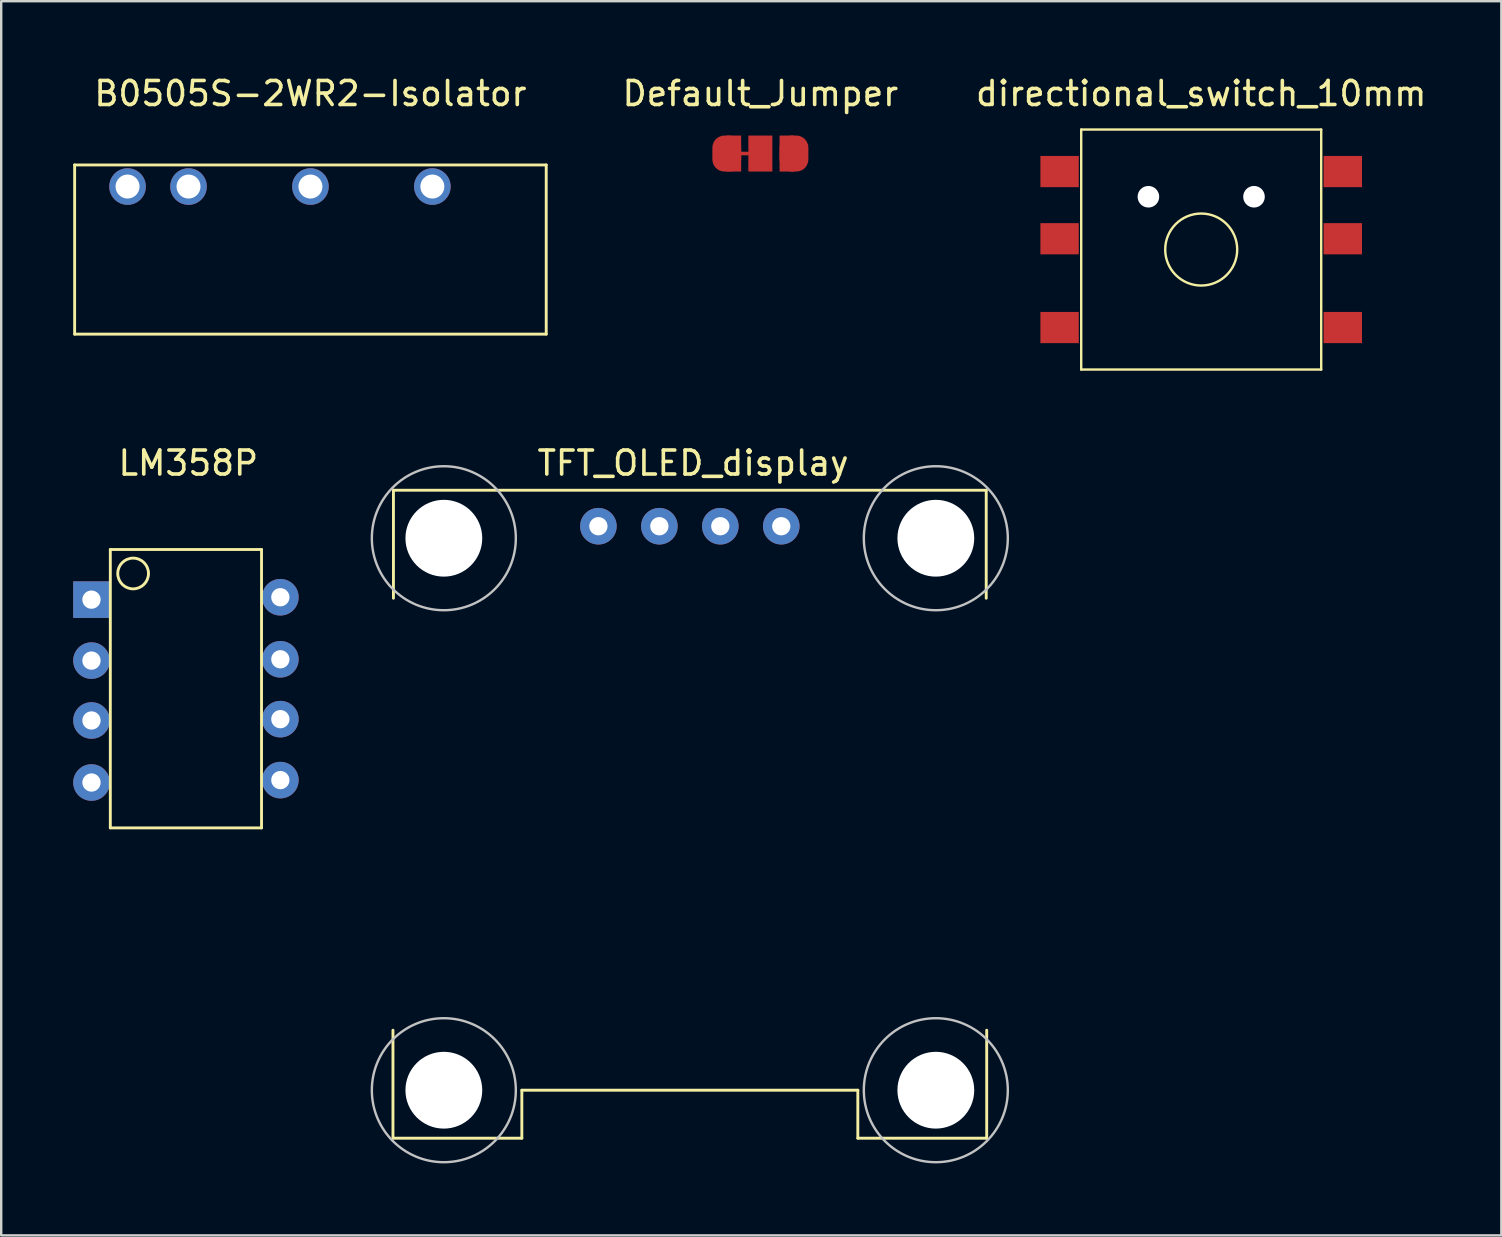
<source format=kicad_pcb>
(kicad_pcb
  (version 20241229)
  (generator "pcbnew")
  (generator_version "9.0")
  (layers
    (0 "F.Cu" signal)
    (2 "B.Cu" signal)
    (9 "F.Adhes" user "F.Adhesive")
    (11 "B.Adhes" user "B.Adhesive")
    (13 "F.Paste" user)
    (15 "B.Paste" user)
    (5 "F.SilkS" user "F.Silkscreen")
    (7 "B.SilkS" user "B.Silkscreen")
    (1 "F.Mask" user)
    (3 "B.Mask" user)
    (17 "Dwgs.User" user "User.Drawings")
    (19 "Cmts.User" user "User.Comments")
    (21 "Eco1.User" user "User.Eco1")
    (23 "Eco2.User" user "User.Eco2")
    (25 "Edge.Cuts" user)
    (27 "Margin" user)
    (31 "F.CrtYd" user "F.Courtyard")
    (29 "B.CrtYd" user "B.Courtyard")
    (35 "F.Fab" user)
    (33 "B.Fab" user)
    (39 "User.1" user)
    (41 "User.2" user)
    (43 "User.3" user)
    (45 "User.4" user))
  (footprint "directional_switch_10mm"
    (layer "F.Cu")
    (at 47.002 7.348)
    (property "Reference" "directional_switch_10mm" (at 0 -6.5 0) (layer "F.SilkS") (effects (font (size 1 1) (thickness 0.15))))
    (attr through_hole)
    (fp_line (start -5 -5) (end 5 -5) (stroke (width 0.1) (type solid)) (layer "F.SilkS"))
    (fp_line (start -5 5) (end -5 -5) (stroke (width 0.1) (type solid)) (layer "F.SilkS"))
    (fp_line (start 5 -5) (end 5 5) (stroke (width 0.1) (type solid)) (layer "F.SilkS"))
    (fp_line (start 5 5) (end -5 5) (stroke (width 0.1) (type solid)) (layer "F.SilkS"))
    (fp_circle (center 0 0) (end 1.5 0) (stroke (width 0.1) (type solid)) (fill no) (layer "F.SilkS"))
    (pad "" np_thru_hole circle (at -2.2 -2.2) (size 0.9 0.9) (drill 0.9) (layers "*.Cu" "*.Mask"))
    (pad "" np_thru_hole circle (at 2.2 -2.2) (size 0.9 0.9) (drill 0.9) (layers "*.Cu" "*.Mask"))
    (pad "1" smd rect (at -5.9 -3.25) (size 1.6 1.3) (layers "F.Cu" "F.Mask" "F.Paste"))
    (pad "2" smd rect (at -5.9 -0.45) (size 1.6 1.3) (layers "F.Cu" "F.Mask" "F.Paste"))
    (pad "3" smd rect (at -5.9 3.25) (size 1.6 1.3) (layers "F.Cu" "F.Mask" "F.Paste"))
    (pad "4" smd rect (at 5.9 3.25) (size 1.6 1.3) (layers "F.Cu" "F.Mask" "F.Paste"))
    (pad "5" smd rect (at 5.9 -0.45) (size 1.6 1.3) (layers "F.Cu" "F.Mask" "F.Paste"))
    (pad "6" smd rect (at 5.9 -3.25) (size 1.6 1.3) (layers "F.Cu" "F.Mask" "F.Paste")))
  (footprint "B0505S-2WR2-Isolator"
    (layer "F.Cu")
    (at 9.885 7.348)
    (property "Reference" "B0505S-2WR2-Isolator" (at 0 -6.5 0) (layer "F.SilkS") (effects (font (size 1 1) (thickness 0.15))))
    (attr through_hole)
    (fp_line (start -9.825 -3.525) (end -9.825 3.525) (stroke (width 0.12) (type solid)) (layer "F.SilkS"))
    (fp_line (start -9.825 3.525) (end 9.825 3.525) (stroke (width 0.12) (type solid)) (layer "F.SilkS"))
    (fp_line (start 9.825 -3.525) (end -9.825 -3.525) (stroke (width 0.12) (type solid)) (layer "F.SilkS"))
    (fp_line (start 9.825 -3.525) (end 9.825 3.525) (stroke (width 0.12) (type solid)) (layer "F.SilkS"))
    (pad "1" thru_hole circle (at -7.62 -2.625) (size 1.524 1.524) (drill 1) (layers "*.Cu" "*.Mask"))
    (pad "2" thru_hole circle (at -5.08 -2.625) (size 1.524 1.524) (drill 1) (layers "*.Cu" "*.Mask"))
    (pad "4" thru_hole circle (at 0 -2.625) (size 1.524 1.524) (drill 1) (layers "*.Cu" "*.Mask"))
    (pad "6" thru_hole circle (at 5.08 -2.625) (size 1.524 1.524) (drill 1) (layers "*.Cu" "*.Mask")))
  (footprint "LM358P"
    (layer "F.Cu")
    (at 4.697 25.646)
    (property "Reference" "LM358P" (at 0.1 -9.4 0) (layer "F.SilkS") (effects (font (size 1 1) (thickness 0.15))))
    (attr through_hole)
    (fp_line (start -3.15 -5.8) (end 3.15 -5.8) (stroke (width 0.12) (type solid)) (layer "F.SilkS"))
    (fp_line (start -3.15 5.8) (end -3.15 -5.8) (stroke (width 0.12) (type solid)) (layer "F.SilkS"))
    (fp_line (start 3.15 -5.8) (end 3.15 5.8) (stroke (width 0.12) (type solid)) (layer "F.SilkS"))
    (fp_line (start 3.15 5.8) (end -3.15 5.8) (stroke (width 0.12) (type solid)) (layer "F.SilkS"))
    (fp_circle (center -2.2 -4.8) (end -2.6 -5.3) (stroke (width 0.12) (type solid)) (fill no) (layer "F.SilkS"))
    (pad "1" thru_hole rect (at -3.935 -3.71 180) (size 1.524 1.524) (drill 0.762) (layers "*.Cu" "*.Mask"))
    (pad "2" thru_hole circle (at -3.935 -1.17 180) (size 1.524 1.524) (drill 0.762) (layers "*.Cu" "*.Mask"))
    (pad "3" thru_hole circle (at -3.935 1.325 180) (size 1.524 1.524) (drill 0.762) (layers "*.Cu" "*.Mask"))
    (pad "4" thru_hole circle (at -3.935 3.91 180) (size 1.524 1.524) (drill 0.762) (layers "*.Cu" "*.Mask"))
    (pad "5" thru_hole circle (at 3.935 3.81) (size 1.524 1.524) (drill 0.762) (layers "*.Cu" "*.Mask"))
    (pad "6" thru_hole circle (at 3.935 1.27) (size 1.524 1.524) (drill 0.762) (layers "*.Cu" "*.Mask"))
    (pad "7" thru_hole circle (at 3.935 -1.225) (size 1.524 1.524) (drill 0.762) (layers "*.Cu" "*.Mask"))
    (pad "8" thru_hole circle (at 3.935 -3.81) (size 1.524 1.524) (drill 0.762) (layers "*.Cu" "*.Mask")))
  (footprint "TFT_OLED_display"
    (layer "F.Cu")
    (at 25.694 30.877)
    (property "Reference" "TFT_OLED_display" (at 0.135 -14.63 0) (layer "F.SilkS") (effects (font (size 1 1) (thickness 0.15))))
    (attr through_hole)
    (fp_line (start -12.37 13.5) (end -12.37 9) (stroke (width 0.12) (type solid)) (layer "F.SilkS"))
    (fp_line (start -12.35 -13.5) (end -12.35 -9) (stroke (width 0.12) (type solid)) (layer "F.SilkS"))
    (fp_line (start -7 11.5) (end 7 11.5) (stroke (width 0.12) (type solid)) (layer "F.SilkS"))
    (fp_line (start -7 13.5) (end -12.35 13.5) (stroke (width 0.12) (type solid)) (layer "F.SilkS"))
    (fp_line (start -7 13.5) (end -7 11.5) (stroke (width 0.12) (type solid)) (layer "F.SilkS"))
    (fp_line (start 7 11.5) (end 7 13.5) (stroke (width 0.12) (type solid)) (layer "F.SilkS"))
    (fp_line (start 7 13.5) (end 12.37 13.5) (stroke (width 0.12) (type solid)) (layer "F.SilkS"))
    (fp_line (start 12.35 -13.5) (end -12.35 -13.5) (stroke (width 0.12) (type solid)) (layer "F.SilkS"))
    (fp_line (start 12.35 -13.5) (end 12.35 -9) (stroke (width 0.12) (type solid)) (layer "F.SilkS"))
    (fp_line (start 12.37 13.5) (end 12.37 9) (stroke (width 0.12) (type solid)) (layer "F.SilkS"))
    (fp_circle (center -10.25 -11.5) (end -7.25 -11.5) (stroke (width 0.1) (type solid)) (fill no) (layer "Dwgs.User"))
    (fp_circle (center -10.25 11.5) (end -7.25 11.5) (stroke (width 0.1) (type solid)) (fill no) (layer "Dwgs.User"))
    (fp_circle (center 10.25 -11.5) (end 13.25 -11.5) (stroke (width 0.1) (type solid)) (fill no) (layer "Dwgs.User"))
    (fp_circle (center 10.25 11.5) (end 13.25 11.5) (stroke (width 0.1) (type solid)) (fill no) (layer "Dwgs.User"))
    (pad "" np_thru_hole circle (at -10.25 -11.5) (size 3.2 3.2) (drill 3.2) (layers "*.Cu" "*.Mask"))
    (pad "" np_thru_hole circle (at -10.25 11.5 180) (size 3.2 3.2) (drill 3.2) (layers "*.Cu" "*.Mask"))
    (pad "" np_thru_hole circle (at 10.25 -11.5) (size 3.2 3.2) (drill 3.2) (layers "*.Cu" "*.Mask"))
    (pad "" np_thru_hole circle (at 10.25 11.5 180) (size 3.2 3.2) (drill 3.2) (layers "*.Cu" "*.Mask"))
    (pad "1" thru_hole circle (at -3.81 -12) (size 1.524 1.524) (drill 0.762) (layers "*.Cu" "*.Mask"))
    (pad "2" thru_hole circle (at -1.27 -12) (size 1.524 1.524) (drill 0.762) (layers "*.Cu" "*.Mask"))
    (pad "3" thru_hole circle (at 1.27 -12) (size 1.524 1.524) (drill 0.762) (layers "*.Cu" "*.Mask"))
    (pad "4" thru_hole circle (at 3.81 -12) (size 1.524 1.524) (drill 0.762) (layers "*.Cu" "*.Mask")))
  (footprint "Default_Jumper"
    (layer "F.Cu")
    (at 28.633 3.348)
    (property "Reference" "Default_Jumper" (at 0 -2.5 0) (layer "F.SilkS") (effects (font (size 1 1) (thickness 0.15))))
    (attr through_hole)
    (fp_line (start -0.9 0) (end -0.4 0) (stroke (width 0.15) (type solid)) (layer "F.Cu"))
    (pad "1" smd roundrect (at -1.4 0) (size 1.2 1.5) (layers "F.Cu" "F.Mask") (roundrect_rratio 0.417))
    (pad "1" smd rect (at -1.1 0) (size 0.6 1.5) (layers "F.Cu" "F.Mask"))
    (pad "2" smd rect (at 0 0) (size 1 1.5) (layers "F.Cu" "F.Mask"))
    (pad "3" smd rect (at 1.1 0 180) (size 0.6 1.5) (layers "F.Cu" "F.Mask"))
    (pad "3" smd roundrect (at 1.4 0 180) (size 1.2 1.5) (layers "F.Cu" "F.Mask") (roundrect_rratio 0.417)))
  (gr_rect
    (start -3 -3)
    (end 59.508 48.426)
    (stroke (width 0.1) (type default))
    (fill no)
    (layer "Edge.Cuts")))
</source>
